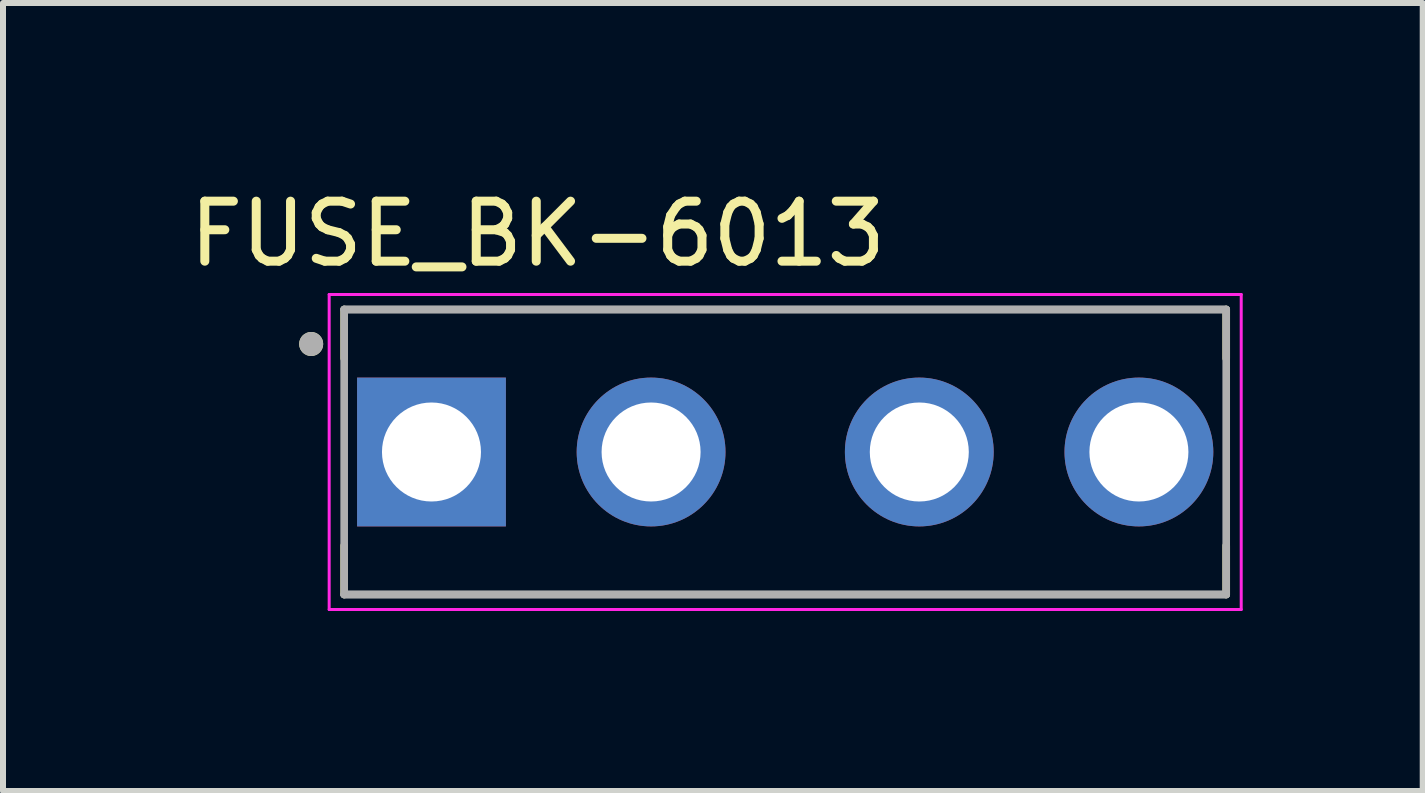
<source format=kicad_pcb>
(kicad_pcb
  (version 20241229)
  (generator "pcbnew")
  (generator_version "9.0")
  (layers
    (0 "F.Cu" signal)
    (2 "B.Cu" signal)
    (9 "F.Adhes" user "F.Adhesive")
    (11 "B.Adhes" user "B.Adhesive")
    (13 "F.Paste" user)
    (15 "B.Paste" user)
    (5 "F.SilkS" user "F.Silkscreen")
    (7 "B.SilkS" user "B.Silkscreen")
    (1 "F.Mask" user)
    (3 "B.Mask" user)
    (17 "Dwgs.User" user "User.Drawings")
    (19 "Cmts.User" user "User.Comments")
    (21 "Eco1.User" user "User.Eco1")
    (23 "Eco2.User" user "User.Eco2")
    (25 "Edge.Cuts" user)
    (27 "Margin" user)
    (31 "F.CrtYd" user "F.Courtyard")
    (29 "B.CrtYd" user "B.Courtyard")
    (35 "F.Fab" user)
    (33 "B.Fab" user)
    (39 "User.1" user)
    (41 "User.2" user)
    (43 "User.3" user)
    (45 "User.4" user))
  (footprint "FUSE_BK-6013"
    (layer "F.Cu")
    (at 10.036 4.483)
    (property "Reference" "FUSE_BK-6013" (at -4.125 -3.635 0) (layer "F.SilkS") (effects (font (size 1 1) (thickness 0.15))))
    (attr through_hole)
    (fp_line (start -7.35 -2.375) (end -7.35 -1.56) (stroke (width 0.127) (type solid)) (layer "F.SilkS"))
    (fp_line (start -7.35 1.56) (end -7.35 2.375) (stroke (width 0.127) (type solid)) (layer "F.SilkS"))
    (fp_line (start 7.35 -1.56) (end 7.35 -2.375) (stroke (width 0.127) (type solid)) (layer "F.SilkS"))
    (fp_line (start 7.35 2.375) (end 7.35 1.56) (stroke (width 0.127) (type solid)) (layer "F.SilkS"))
    (fp_circle (center -7.9 -1.8) (end -7.8 -1.8) (stroke (width 0.2) (type solid)) (fill no) (layer "F.SilkS"))
    (fp_line (start -7.6 -2.625) (end 7.6 -2.625) (stroke (width 0.05) (type solid)) (layer "F.CrtYd"))
    (fp_line (start -7.6 2.625) (end -7.6 -2.625) (stroke (width 0.05) (type solid)) (layer "F.CrtYd"))
    (fp_line (start 7.6 -2.625) (end 7.6 2.625) (stroke (width 0.05) (type solid)) (layer "F.CrtYd"))
    (fp_line (start 7.6 2.625) (end -7.6 2.625) (stroke (width 0.05) (type solid)) (layer "F.CrtYd"))
    (fp_line (start -7.35 -2.375) (end -7.35 2.375) (stroke (width 0.127) (type solid)) (layer "F.Fab"))
    (fp_line (start -7.35 2.375) (end 7.35 2.375) (stroke (width 0.127) (type solid)) (layer "F.Fab"))
    (fp_line (start -7.35 2.375) (end 7.35 2.375) (stroke (width 0.127) (type solid)) (layer "F.Fab"))
    (fp_line (start 7.35 -2.375) (end -7.35 -2.375) (stroke (width 0.127) (type solid)) (layer "F.Fab"))
    (fp_line (start 7.35 -2.375) (end -7.35 -2.375) (stroke (width 0.127) (type solid)) (layer "F.Fab"))
    (fp_line (start 7.35 2.375) (end 7.35 -2.375) (stroke (width 0.127) (type solid)) (layer "F.Fab"))
    (fp_circle (center -7.9 -1.8) (end -7.8 -1.8) (stroke (width 0.2) (type solid)) (fill no) (layer "F.Fab"))
    (pad "1" thru_hole rect (at -5.895 0) (size 2.48 2.48) (drill 1.65) (layers "*.Cu" "*.Mask"))
    (pad "1" thru_hole circle (at -2.235 0) (size 2.48 2.48) (drill 1.65) (layers "*.Cu" "*.Mask"))
    (pad "2" thru_hole circle (at 2.235 0) (size 2.48 2.48) (drill 1.65) (layers "*.Cu" "*.Mask"))
    (pad "2" thru_hole circle (at 5.895 0) (size 2.48 2.48) (drill 1.65) (layers "*.Cu" "*.Mask")))
  (gr_rect
    (start -3 -3)
    (end 20.661 10.133)
    (stroke (width 0.1) (type default))
    (fill no)
    (layer "Edge.Cuts")))
</source>
